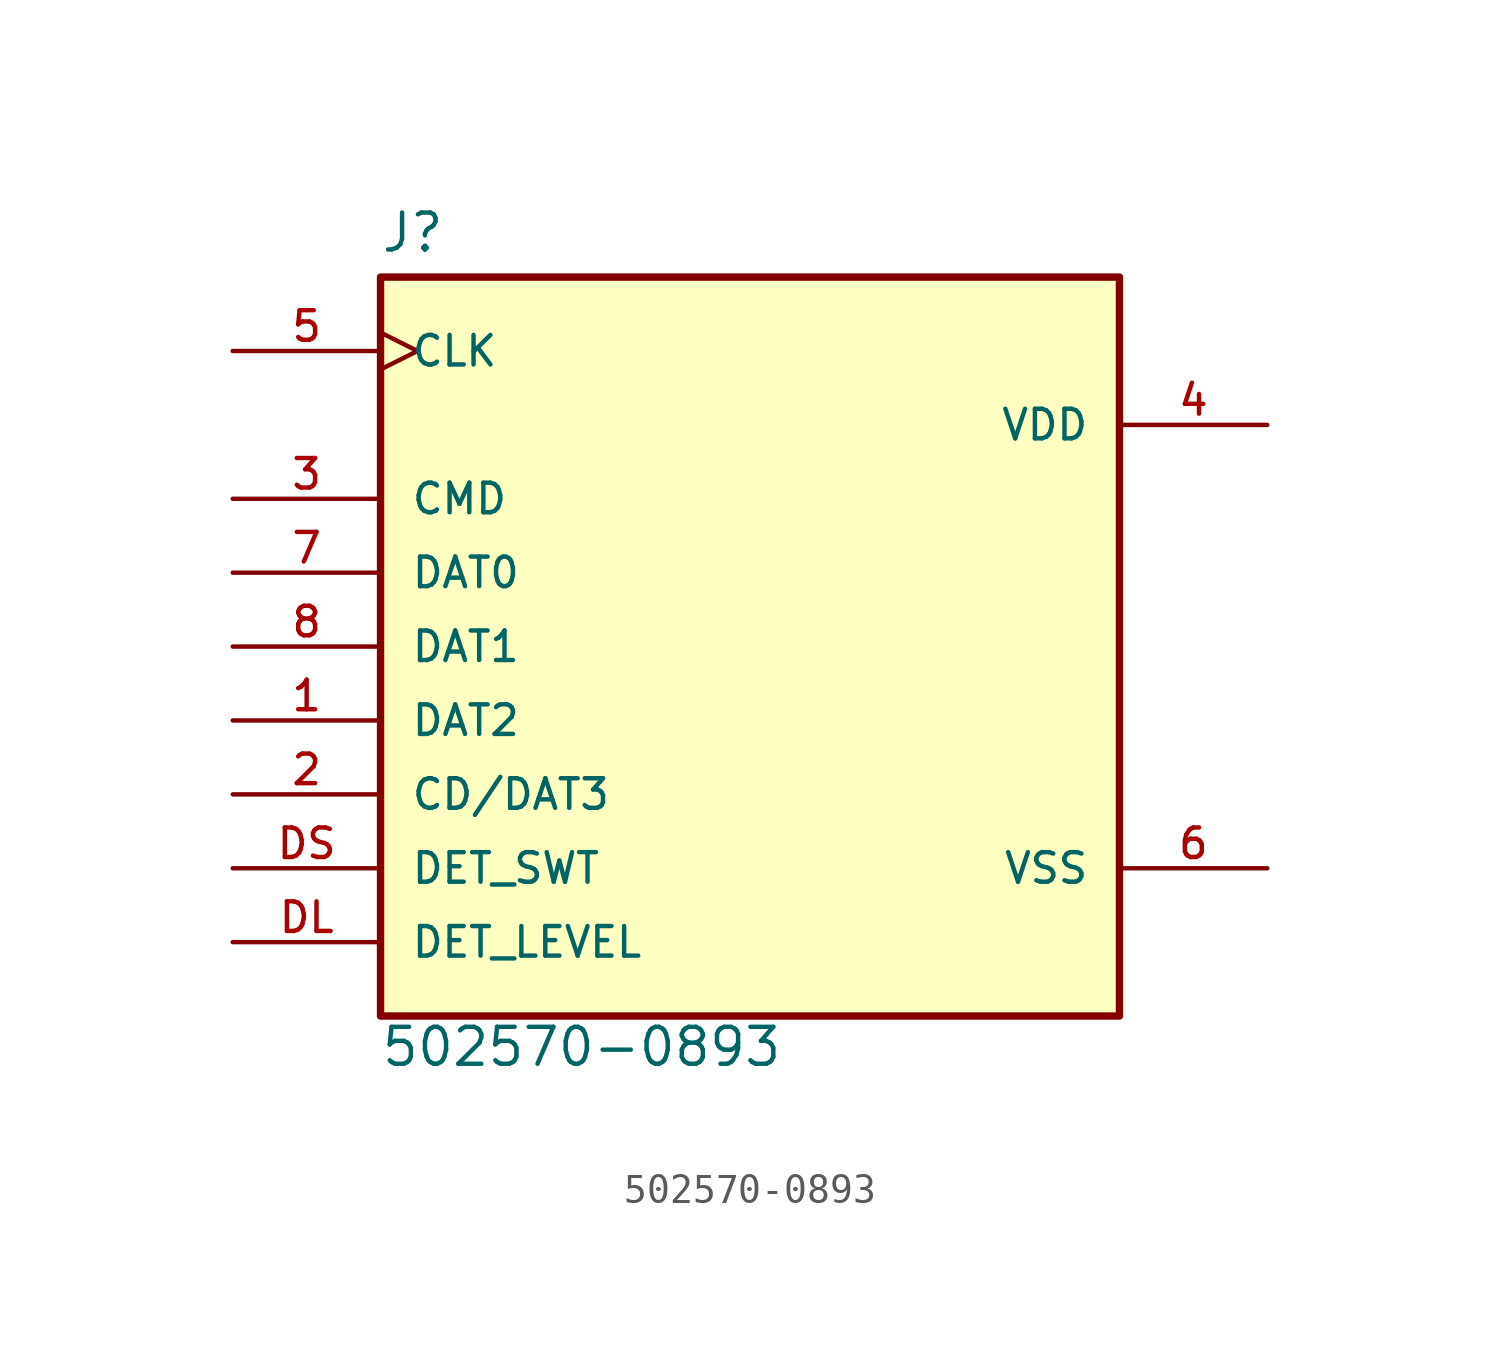
<source format=kicad_sym>
(kicad_symbol_lib
  (version 20211014)
  (generator kicad_symbol_editor)
  (symbol "502570-0893"
    (pin_names
      (offset 1.016))
    (property "Reference" "J"
      (at -12.725 13.487 0)
      (effects (font (size 1.27 1.27)) (justify left bottom)))
    (property "Value" "502570-0893"
      (at -12.725 -14.503 0)
      (effects (font (size 1.27 1.27)) (justify left bottom)))
    (property "ki_locked" ""
      (at 0 0 0)
      (effects (font (size 1.27 1.27))))
    (symbol "502570-0893_0_0"
      (rectangle (start -12.7 -12.7) (end 12.7 12.7) (stroke (width 0.254) (type default) (color 0 0 0 0)) (fill (type background)))
      (pin bidirectional line (at -17.78 -2.54 0) (length 5.08) (name "DAT2" (effects (font (size 1.016 1.016)))) (number "1" (effects (font (size 1.016 1.016)))))
      (pin bidirectional line (at -17.78 -5.08 0) (length 5.08) (name "CD/DAT3" (effects (font (size 1.016 1.016)))) (number "2" (effects (font (size 1.016 1.016)))))
      (pin bidirectional line (at -17.78 5.08 0) (length 5.08) (name "CMD" (effects (font (size 1.016 1.016)))) (number "3" (effects (font (size 1.016 1.016)))))
      (pin power_in line (at 17.78 7.62 180) (length 5.08) (name "VDD" (effects (font (size 1.016 1.016)))) (number "4" (effects (font (size 1.016 1.016)))))
      (pin input clock (at -17.78 10.16 0) (length 5.08) (name "CLK" (effects (font (size 1.016 1.016)))) (number "5" (effects (font (size 1.016 1.016)))))
      (pin power_in line (at 17.78 -7.62 180) (length 5.08) (name "VSS" (effects (font (size 1.016 1.016)))) (number "6" (effects (font (size 1.016 1.016)))))
      (pin bidirectional line (at -17.78 2.54 0) (length 5.08) (name "DAT0" (effects (font (size 1.016 1.016)))) (number "7" (effects (font (size 1.016 1.016)))))
      (pin bidirectional line (at -17.78 0 0) (length 5.08) (name "DAT1" (effects (font (size 1.016 1.016)))) (number "8" (effects (font (size 1.016 1.016)))))
      (pin passive line (at -17.78 -10.16 0) (length 5.08) (name "DET_LEVEL" (effects (font (size 1.016 1.016)))) (number "DL" (effects (font (size 1.016 1.016)))))
      (pin passive line (at -17.78 -7.62 0) (length 5.08) (name "DET_SWT" (effects (font (size 1.016 1.016)))) (number "DS" (effects (font (size 1.016 1.016))))))))
</source>
